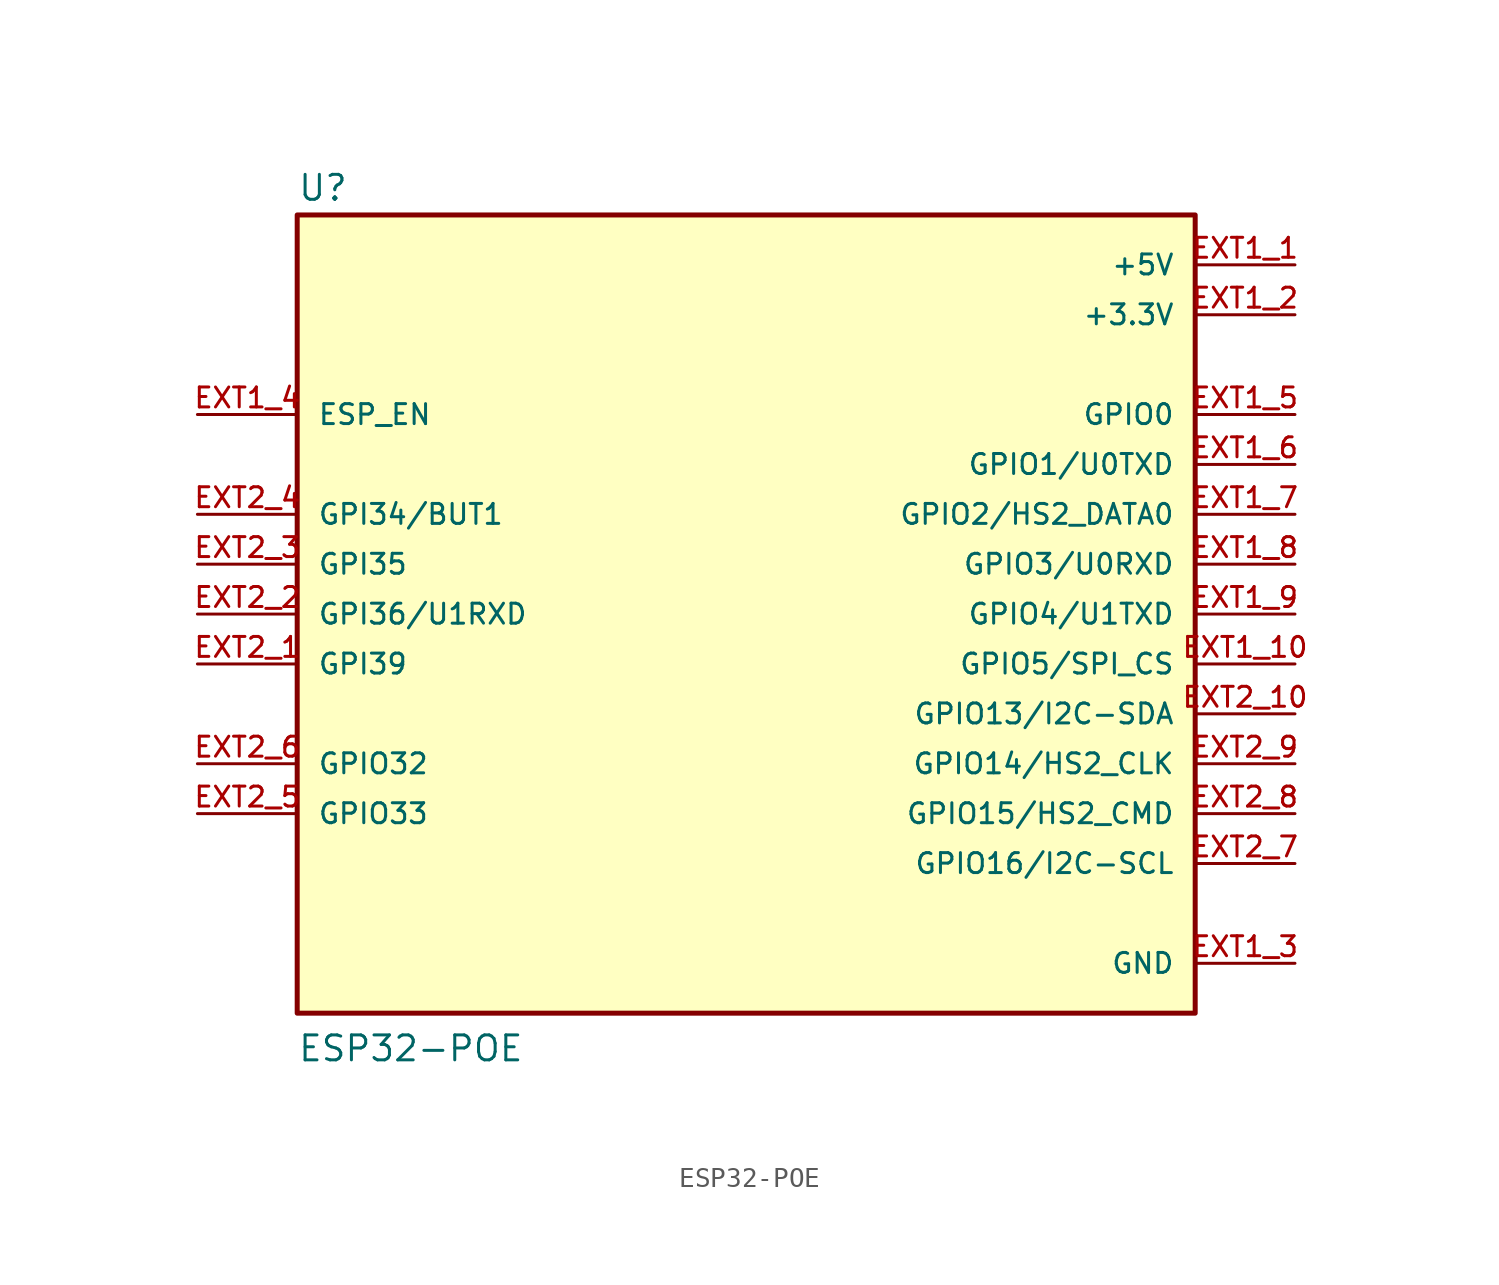
<source format=kicad_sym>
(kicad_symbol_lib
  (version 20211014)
  (generator kicad_symbol_editor)
  (symbol "ESP32-POE"
    (pin_names
      (offset 1.016))
    (property "Reference" "U"
      (at -22.86 20.955 0)
      (effects (font (size 1.27 1.27)) (justify bottom left)))
    (property "Value" "ESP32-POE"
      (at -22.86 -22.86 0)
      (effects (font (size 1.27 1.27)) (justify bottom left)))
    (symbol "ESP32-POE_0_0"
      (rectangle (start -22.86 -20.32) (end 22.86 20.32) (stroke (width 0.254)) (fill (type background)))
      (pin power_in line (at 27.94 17.78 180.0) (length 5.08) (name "+5V" (effects (font (size 1.016 1.016)))) (number "EXT1_1" (effects (font (size 1.016 1.016)))))
      (pin input line (at -27.94 -2.54 0) (length 5.08) (name "GPI39" (effects (font (size 1.016 1.016)))) (number "EXT2_1" (effects (font (size 1.016 1.016)))))
      (pin power_in line (at 27.94 15.24 180.0) (length 5.08) (name "+3.3V" (effects (font (size 1.016 1.016)))) (number "EXT1_2" (effects (font (size 1.016 1.016)))))
      (pin input line (at -27.94 0.0 0) (length 5.08) (name "GPI36/U1RXD" (effects (font (size 1.016 1.016)))) (number "EXT2_2" (effects (font (size 1.016 1.016)))))
      (pin power_in line (at 27.94 -17.78 180.0) (length 5.08) (name "GND" (effects (font (size 1.016 1.016)))) (number "EXT1_3" (effects (font (size 1.016 1.016)))))
      (pin input line (at -27.94 2.54 0) (length 5.08) (name "GPI35" (effects (font (size 1.016 1.016)))) (number "EXT2_3" (effects (font (size 1.016 1.016)))))
      (pin input line (at -27.94 10.16 0) (length 5.08) (name "ESP_EN" (effects (font (size 1.016 1.016)))) (number "EXT1_4" (effects (font (size 1.016 1.016)))))
      (pin input line (at -27.94 5.08 0) (length 5.08) (name "GPI34/BUT1" (effects (font (size 1.016 1.016)))) (number "EXT2_4" (effects (font (size 1.016 1.016)))))
      (pin bidirectional line (at 27.94 10.16 180.0) (length 5.08) (name "GPIO0" (effects (font (size 1.016 1.016)))) (number "EXT1_5" (effects (font (size 1.016 1.016)))))
      (pin bidirectional line (at -27.94 -10.16 0) (length 5.08) (name "GPIO33" (effects (font (size 1.016 1.016)))) (number "EXT2_5" (effects (font (size 1.016 1.016)))))
      (pin bidirectional line (at 27.94 7.62 180.0) (length 5.08) (name "GPIO1/U0TXD" (effects (font (size 1.016 1.016)))) (number "EXT1_6" (effects (font (size 1.016 1.016)))))
      (pin bidirectional line (at -27.94 -7.62 0) (length 5.08) (name "GPIO32" (effects (font (size 1.016 1.016)))) (number "EXT2_6" (effects (font (size 1.016 1.016)))))
      (pin bidirectional line (at 27.94 5.08 180.0) (length 5.08) (name "GPIO2/HS2_DATA0" (effects (font (size 1.016 1.016)))) (number "EXT1_7" (effects (font (size 1.016 1.016)))))
      (pin bidirectional line (at 27.94 -12.7 180.0) (length 5.08) (name "GPIO16/I2C-SCL" (effects (font (size 1.016 1.016)))) (number "EXT2_7" (effects (font (size 1.016 1.016)))))
      (pin bidirectional line (at 27.94 2.54 180.0) (length 5.08) (name "GPIO3/U0RXD" (effects (font (size 1.016 1.016)))) (number "EXT1_8" (effects (font (size 1.016 1.016)))))
      (pin bidirectional line (at 27.94 -10.16 180.0) (length 5.08) (name "GPIO15/HS2_CMD" (effects (font (size 1.016 1.016)))) (number "EXT2_8" (effects (font (size 1.016 1.016)))))
      (pin bidirectional line (at 27.94 0.0 180.0) (length 5.08) (name "GPIO4/U1TXD" (effects (font (size 1.016 1.016)))) (number "EXT1_9" (effects (font (size 1.016 1.016)))))
      (pin bidirectional line (at 27.94 -7.62 180.0) (length 5.08) (name "GPIO14/HS2_CLK" (effects (font (size 1.016 1.016)))) (number "EXT2_9" (effects (font (size 1.016 1.016)))))
      (pin bidirectional line (at 27.94 -2.54 180.0) (length 5.08) (name "GPIO5/SPI_CS" (effects (font (size 1.016 1.016)))) (number "EXT1_10" (effects (font (size 1.016 1.016)))))
      (pin bidirectional line (at 27.94 -5.08 180.0) (length 5.08) (name "GPIO13/I2C-SDA" (effects (font (size 1.016 1.016)))) (number "EXT2_10" (effects (font (size 1.016 1.016))))))))
</source>
